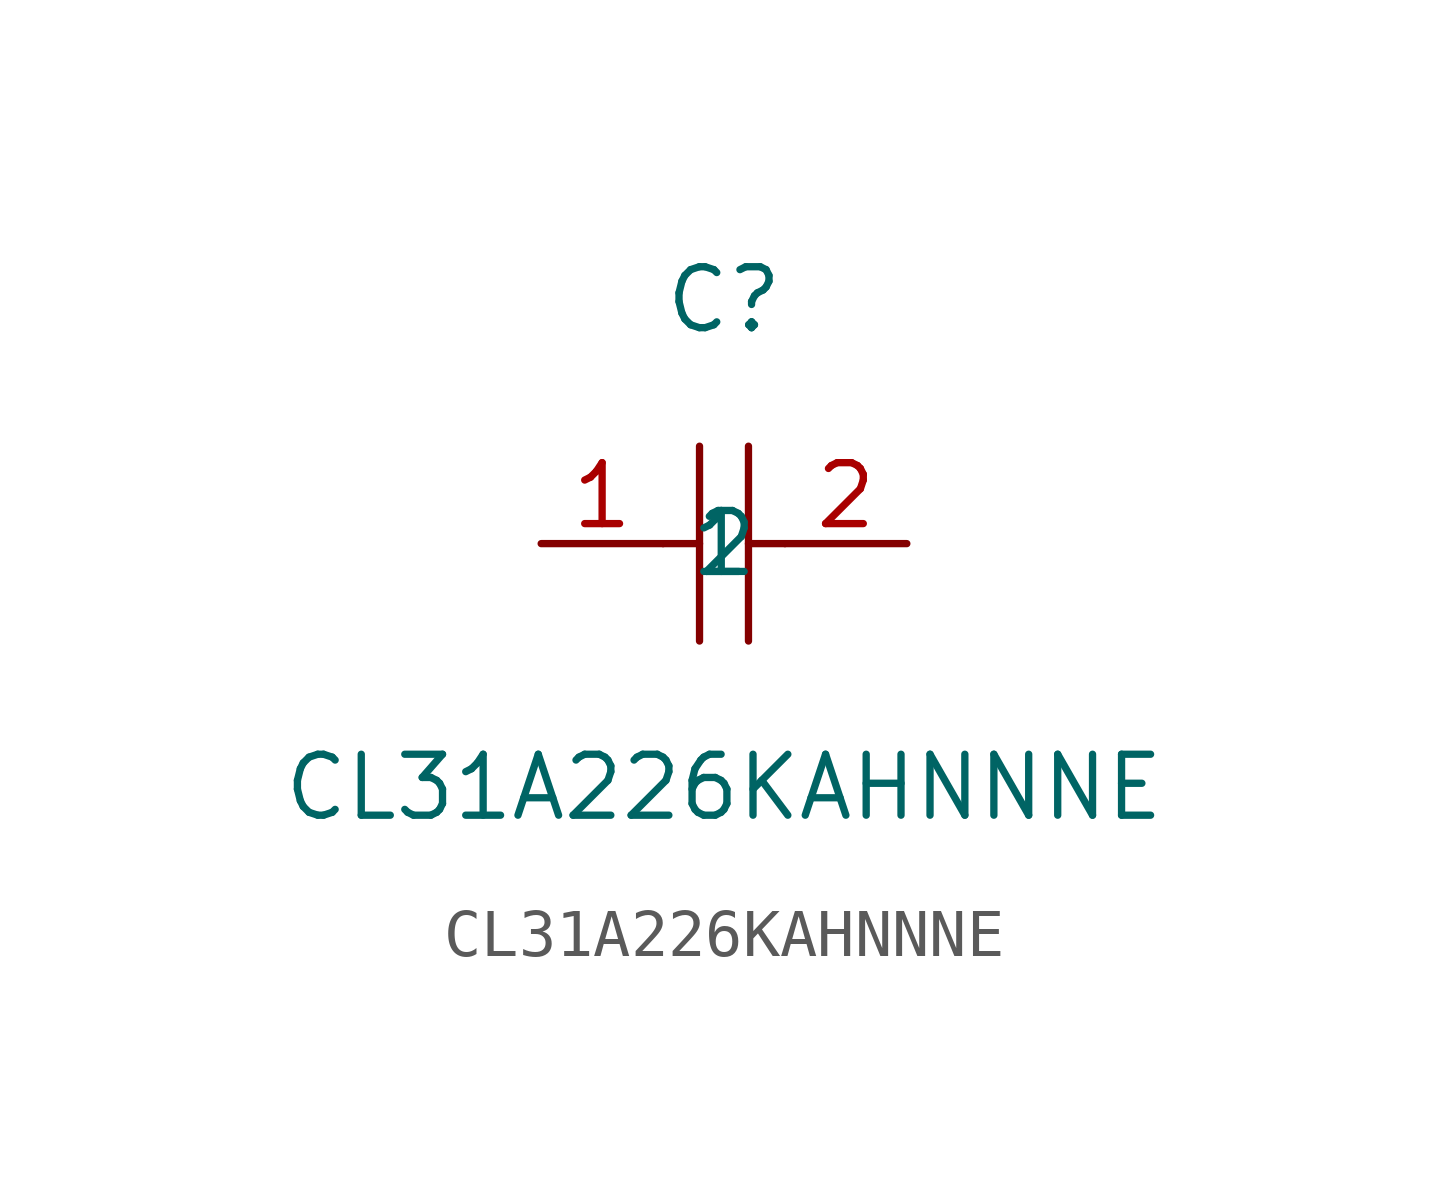
<source format=kicad_sym>
(kicad_symbol_lib
  (version 20211014)
  (generator https://github.com/uPesy/easyeda2kicad.py)
  (symbol "CL31A226KAHNNNE"
    (property "Reference" "C"
      (at 0 5.08 0)
      (effects (font (size 1.27 1.27))))
    (property "Value" "CL31A226KAHNNNE"
      (at 0 -5.08 0)
      (effects (font (size 1.27 1.27))))
    (symbol "CL31A226KAHNNNE_0_1"
      (polyline (pts (xy -0.51 2.03) (xy -0.51 -2.03)) (stroke (width 0) (type default) (color 0 0 0 0)) (fill (type none)))
      (polyline (pts (xy 0.51 2.03) (xy 0.51 -2.03)) (stroke (width 0) (type default) (color 0 0 0 0)) (fill (type none)))
      (polyline (pts (xy -1.27 -0.00) (xy -0.51 -0.00)) (stroke (width 0) (type default) (color 0 0 0 0)) (fill (type none)))
      (polyline (pts (xy 0.51 -0.00) (xy 1.27 -0.00)) (stroke (width 0) (type default) (color 0 0 0 0)) (fill (type none)))
      (pin input line (at -3.81 -0.00 0) (length 2.54) (name "1" (effects (font (size 1.27 1.27)))) (number "1" (effects (font (size 1.27 1.27)))))
      (pin input line (at 3.81 -0.00 180) (length 2.54) (name "2" (effects (font (size 1.27 1.27)))) (number "2" (effects (font (size 1.27 1.27))))))))
</source>
